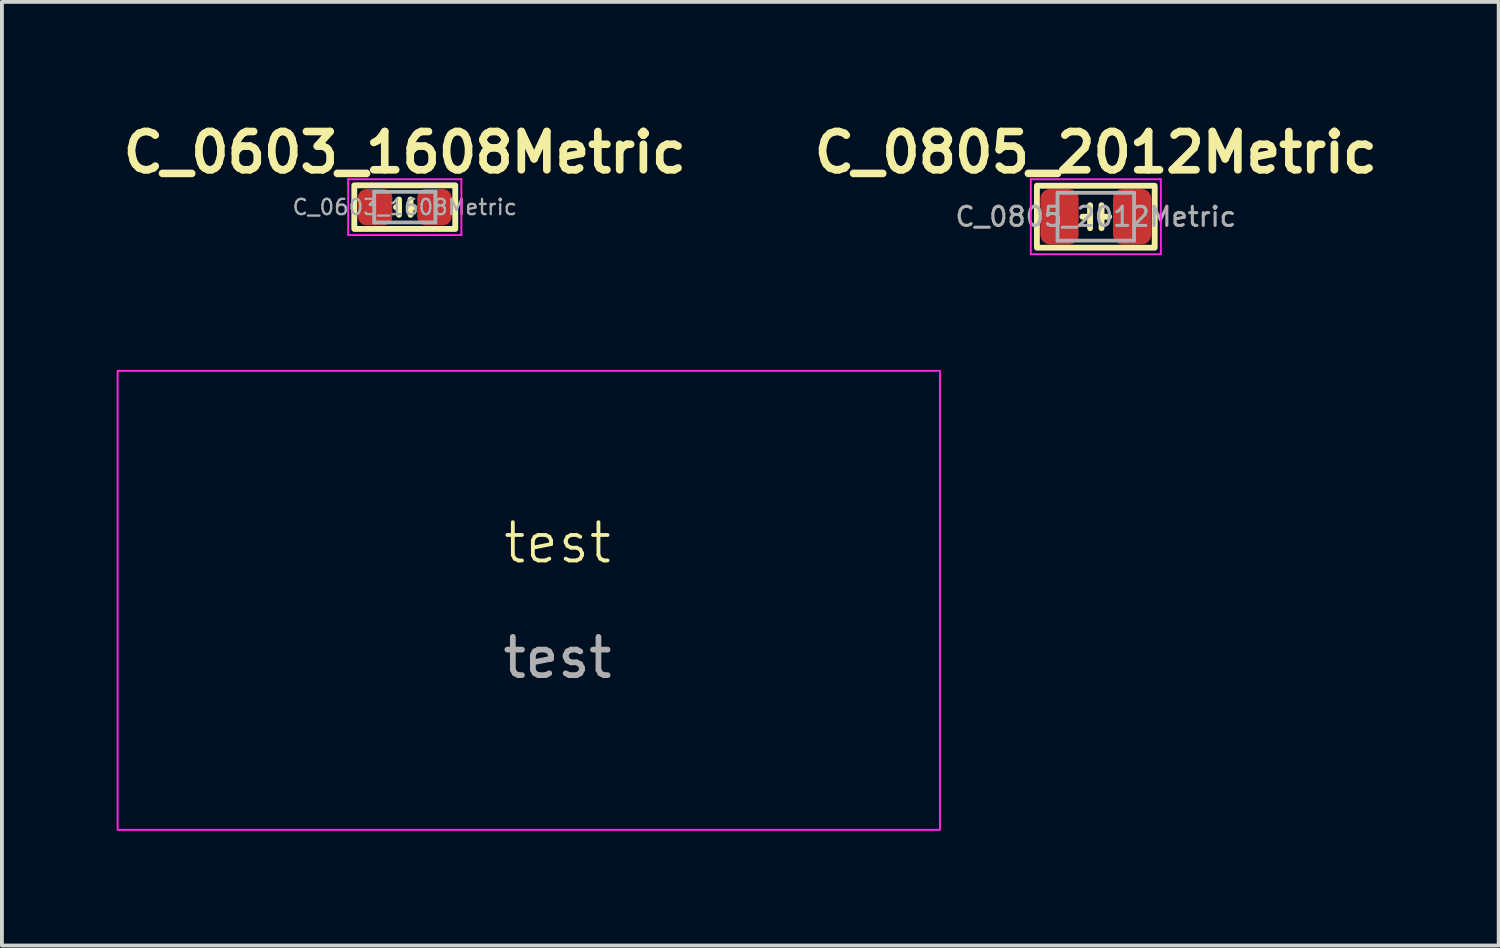
<source format=kicad_pcb>
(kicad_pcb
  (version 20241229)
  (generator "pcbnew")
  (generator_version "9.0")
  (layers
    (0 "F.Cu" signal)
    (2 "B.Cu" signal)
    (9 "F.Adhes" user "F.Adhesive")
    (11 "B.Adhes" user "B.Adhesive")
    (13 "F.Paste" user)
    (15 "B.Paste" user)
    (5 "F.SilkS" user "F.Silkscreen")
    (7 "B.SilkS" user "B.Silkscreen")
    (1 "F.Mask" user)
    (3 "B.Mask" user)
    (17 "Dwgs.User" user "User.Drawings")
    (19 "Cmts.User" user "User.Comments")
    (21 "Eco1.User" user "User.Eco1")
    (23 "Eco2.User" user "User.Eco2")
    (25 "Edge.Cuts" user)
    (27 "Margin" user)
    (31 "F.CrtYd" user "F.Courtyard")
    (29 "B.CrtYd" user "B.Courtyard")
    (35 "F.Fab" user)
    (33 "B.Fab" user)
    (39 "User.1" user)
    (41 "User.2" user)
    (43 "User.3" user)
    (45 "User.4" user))
  (footprint "C_0603_1608Metric"
    (layer "F.Cu")
    (at 7.533 2.366)
    (property "Reference" "C_0603_1608Metric" (at 0 -1.43 0) (layer "F.SilkS") (effects (font (size 1 1) (thickness 0.2) (bold yes))))
    (attr smd)
    (fp_line (start -0.23 0) (end -0.15 0) (stroke (width 0.153) (type default)) (layer "F.SilkS"))
    (fp_line (start -0.15 -0.2) (end -0.15 0.2) (stroke (width 0.153) (type default)) (layer "F.SilkS"))
    (fp_line (start 0.15 -0.2) (end 0.15 0.2) (stroke (width 0.153) (type default)) (layer "F.SilkS"))
    (fp_line (start 0.24 0) (end 0.15 0) (stroke (width 0.153) (type default)) (layer "F.SilkS"))
    (fp_rect (start -1.32 -0.57) (end 1.32 0.57) (stroke (width 0.153) (type default)) (fill no) (layer "F.SilkS"))
    (fp_line (start -1.48 -0.73) (end 1.48 -0.73) (stroke (width 0.05) (type solid)) (layer "F.CrtYd"))
    (fp_line (start -1.48 0.73) (end -1.48 -0.73) (stroke (width 0.05) (type solid)) (layer "F.CrtYd"))
    (fp_line (start 1.48 -0.73) (end 1.48 0.73) (stroke (width 0.05) (type solid)) (layer "F.CrtYd"))
    (fp_line (start 1.48 0.73) (end -1.48 0.73) (stroke (width 0.05) (type solid)) (layer "F.CrtYd"))
    (fp_line (start -0.8 -0.4) (end 0.8 -0.4) (stroke (width 0.1) (type solid)) (layer "F.Fab"))
    (fp_line (start -0.8 0.4) (end -0.8 -0.4) (stroke (width 0.1) (type solid)) (layer "F.Fab"))
    (fp_line (start 0.8 -0.4) (end 0.8 0.4) (stroke (width 0.1) (type solid)) (layer "F.Fab"))
    (fp_line (start 0.8 0.4) (end -0.8 0.4) (stroke (width 0.1) (type solid)) (layer "F.Fab"))
    (fp_text user "${REFERENCE}" (at 0 0 0) (layer "F.Fab") (effects (font (size 0.4 0.4) (thickness 0.06))))
    (pad "1" smd roundrect (at -0.775 0) (size 0.9 0.95) (layers "F.Cu" "F.Mask" "F.Paste") (roundrect_rratio 0.25))
    (pad "2" smd roundrect (at 0.775 0) (size 0.9 0.95) (layers "F.Cu" "F.Mask" "F.Paste") (roundrect_rratio 0.25)))
  (footprint "test"
    (layer "F.Cu")
    (at 11.525 11.646)
    (property "Reference" "test" (at 0 -0.5 0) (unlocked yes) (layer "F.SilkS") (effects (font (size 1 1) (thickness 0.1))))
    (attr through_hole)
    (fp_rect (start -11.5 -5) (end 10 7) (stroke (width 0.05) (type default)) (fill no) (layer "F.CrtYd"))
    (fp_text user "${REFERENCE}" (at 0 2.5 0) (unlocked yes) (layer "F.Fab") (effects (font (size 1 1) (thickness 0.15)))))
  (footprint "C_0805_2012Metric"
    (layer "F.Cu")
    (at 25.6 2.616)
    (property "Reference" "C_0805_2012Metric" (at 0 -1.68 0) (layer "F.SilkS") (effects (font (size 1 1) (thickness 0.2) (bold yes))))
    (attr smd)
    (fp_line (start -0.35 0) (end -0.2 0) (stroke (width 0.153) (type default)) (layer "F.SilkS"))
    (fp_line (start -0.15 -0.3) (end -0.15 0.3) (stroke (width 0.153) (type default)) (layer "F.SilkS"))
    (fp_line (start 0.15 -0.3) (end 0.15 0.3) (stroke (width 0.153) (type default)) (layer "F.SilkS"))
    (fp_line (start 0.35 0) (end 0.2 0) (stroke (width 0.153) (type default)) (layer "F.SilkS"))
    (fp_rect (start -1.54 -0.81) (end 1.54 0.81) (stroke (width 0.153) (type default)) (fill no) (layer "F.SilkS"))
    (fp_line (start -1.7 -0.98) (end 1.7 -0.98) (stroke (width 0.05) (type solid)) (layer "F.CrtYd"))
    (fp_line (start -1.7 0.98) (end -1.7 -0.98) (stroke (width 0.05) (type solid)) (layer "F.CrtYd"))
    (fp_line (start 1.7 -0.98) (end 1.7 0.98) (stroke (width 0.05) (type solid)) (layer "F.CrtYd"))
    (fp_line (start 1.7 0.98) (end -1.7 0.98) (stroke (width 0.05) (type solid)) (layer "F.CrtYd"))
    (fp_line (start -1 -0.625) (end 1 -0.625) (stroke (width 0.1) (type solid)) (layer "F.Fab"))
    (fp_line (start -1 0.625) (end -1 -0.625) (stroke (width 0.1) (type solid)) (layer "F.Fab"))
    (fp_line (start 1 -0.625) (end 1 0.625) (stroke (width 0.1) (type solid)) (layer "F.Fab"))
    (fp_line (start 1 0.625) (end -1 0.625) (stroke (width 0.1) (type solid)) (layer "F.Fab"))
    (fp_text user "${REFERENCE}" (at 0 0 0) (layer "F.Fab") (effects (font (size 0.5 0.5) (thickness 0.08))))
    (pad "1" smd roundrect (at -0.95 0) (size 1 1.45) (layers "F.Cu" "F.Mask" "F.Paste") (roundrect_rratio 0.25))
    (pad "2" smd roundrect (at 0.95 0) (size 1 1.45) (layers "F.Cu" "F.Mask" "F.Paste") (roundrect_rratio 0.25)))
  (gr_rect
    (start -3 -3)
    (end 36.133 21.671)
    (stroke (width 0.1) (type default))
    (fill no)
    (layer "Edge.Cuts")))
</source>
